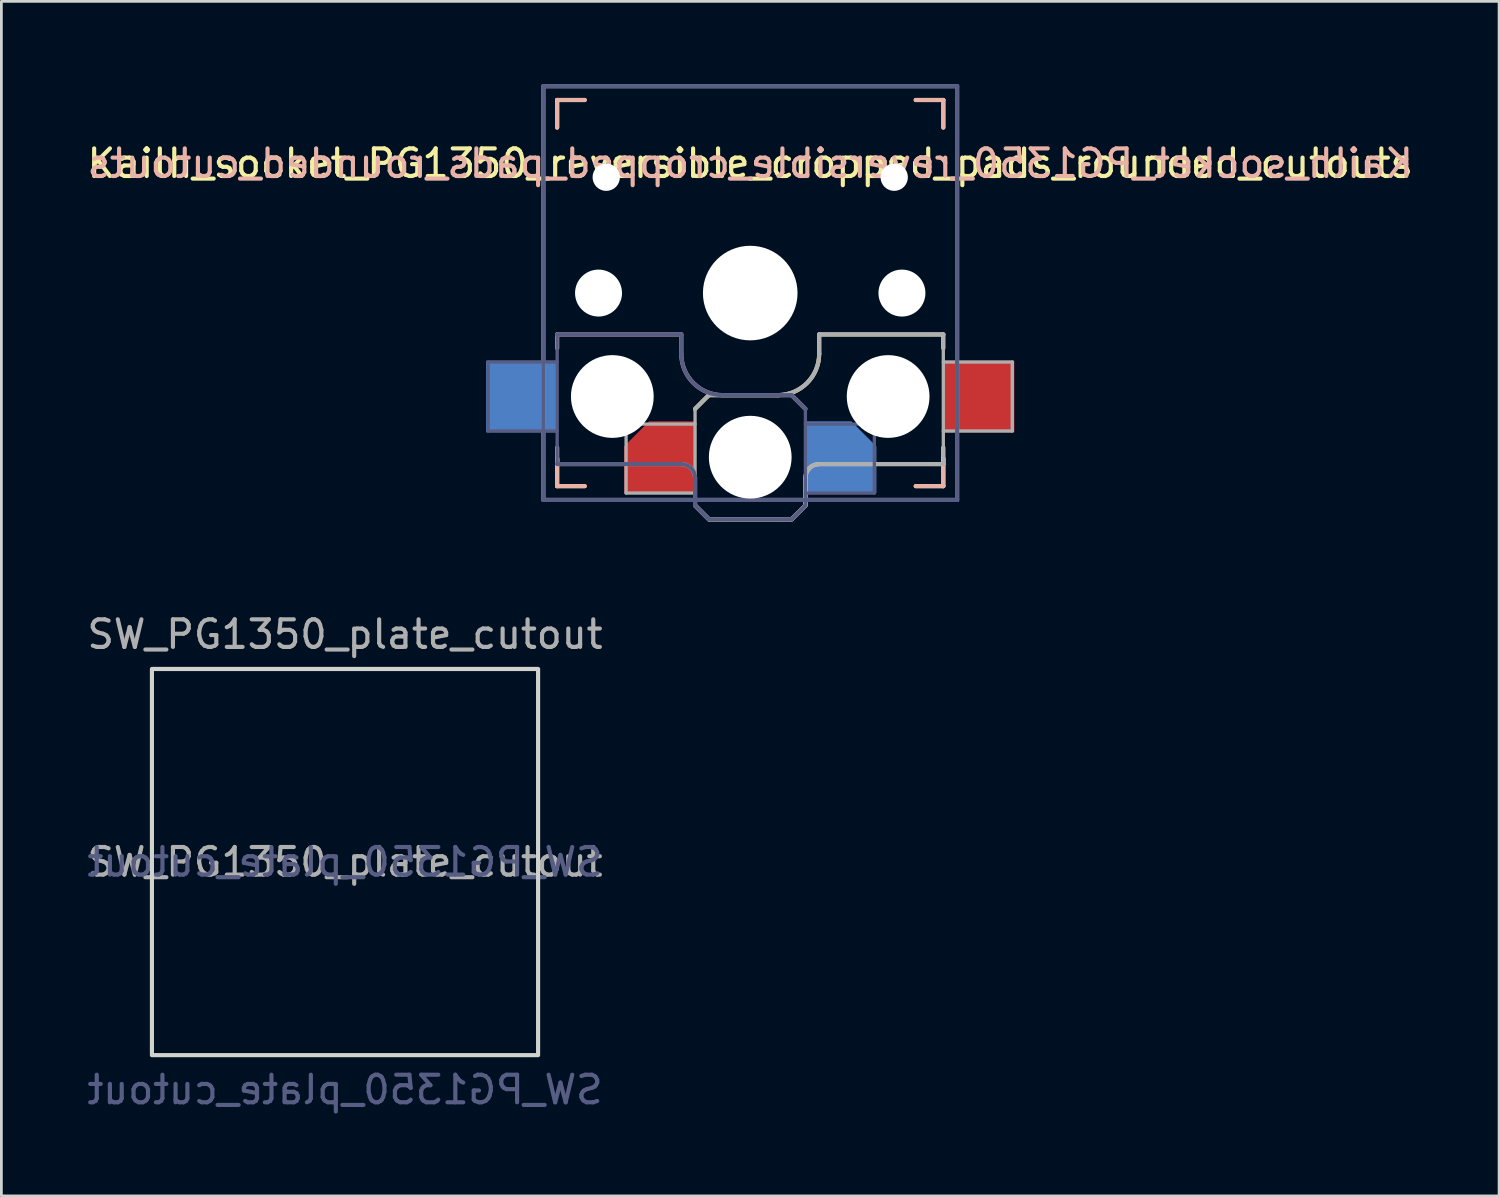
<source format=kicad_pcb>
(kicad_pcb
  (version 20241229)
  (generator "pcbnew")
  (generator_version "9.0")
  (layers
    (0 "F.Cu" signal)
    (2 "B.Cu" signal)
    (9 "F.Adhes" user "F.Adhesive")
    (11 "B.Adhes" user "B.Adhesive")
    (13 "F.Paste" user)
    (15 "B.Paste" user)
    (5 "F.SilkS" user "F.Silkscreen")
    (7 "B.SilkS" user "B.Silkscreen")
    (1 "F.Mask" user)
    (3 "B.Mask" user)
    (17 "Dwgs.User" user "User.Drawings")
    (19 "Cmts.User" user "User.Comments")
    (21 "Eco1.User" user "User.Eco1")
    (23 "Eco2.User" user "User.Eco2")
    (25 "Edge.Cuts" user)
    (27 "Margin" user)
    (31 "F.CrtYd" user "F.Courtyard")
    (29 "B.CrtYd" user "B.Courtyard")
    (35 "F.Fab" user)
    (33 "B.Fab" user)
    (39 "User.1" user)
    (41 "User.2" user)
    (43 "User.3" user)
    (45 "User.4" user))
  (footprint "Kailh_socket_PG1350_reversible_cropped_pads_rounded_cutouts"
    (layer "F.Cu")
    (at 24.149 7.575)
    (property "Reference" "Kailh_socket_PG1350_reversible_cropped_pads_rounded_cutouts" (at 0 -4.7 0) (layer "F.SilkS") (effects (font (size 1 1) (thickness 0.15))))
    (attr smd)
    (fp_line (start -7 -7) (end -6 -7) (stroke (width 0.15) (type solid)) (layer "F.SilkS"))
    (fp_line (start -7 -6) (end -7 -7) (stroke (width 0.15) (type solid)) (layer "F.SilkS"))
    (fp_line (start -7 7) (end -7 6) (stroke (width 0.15) (type solid)) (layer "F.SilkS"))
    (fp_line (start -6 7) (end -7 7) (stroke (width 0.15) (type solid)) (layer "F.SilkS"))
    (fp_line (start -2 4.2) (end -1.5 3.7) (stroke (width 0.15) (type solid)) (layer "F.SilkS"))
    (fp_line (start -2 7.7) (end -1.5 8.2) (stroke (width 0.15) (type solid)) (layer "F.SilkS"))
    (fp_line (start -1.5 3.7) (end 1 3.7) (stroke (width 0.15) (type solid)) (layer "F.SilkS"))
    (fp_line (start -1.5 8.2) (end 1.5 8.2) (stroke (width 0.15) (type solid)) (layer "F.SilkS"))
    (fp_line (start 1.5 8.2) (end 2 7.7) (stroke (width 0.15) (type solid)) (layer "F.SilkS"))
    (fp_line (start 2 6.7) (end 2 7.7) (stroke (width 0.15) (type solid)) (layer "F.SilkS"))
    (fp_line (start 2.5 1.5) (end 7 1.5) (stroke (width 0.15) (type solid)) (layer "F.SilkS"))
    (fp_line (start 2.5 2.2) (end 2.5 1.5) (stroke (width 0.15) (type solid)) (layer "F.SilkS"))
    (fp_line (start 6 -7) (end 7 -7) (stroke (width 0.15) (type solid)) (layer "F.SilkS"))
    (fp_line (start 7 -7) (end 7 -6) (stroke (width 0.15) (type solid)) (layer "F.SilkS"))
    (fp_line (start 7 1.5) (end 7 2) (stroke (width 0.15) (type solid)) (layer "F.SilkS"))
    (fp_line (start 7 5.6) (end 7 6.2) (stroke (width 0.15) (type solid)) (layer "F.SilkS"))
    (fp_line (start 7 6) (end 7 7) (stroke (width 0.15) (type solid)) (layer "F.SilkS"))
    (fp_line (start 7 6.2) (end 2.5 6.2) (stroke (width 0.15) (type solid)) (layer "F.SilkS"))
    (fp_line (start 7 7) (end 6 7) (stroke (width 0.15) (type solid)) (layer "F.SilkS"))
    (fp_arc (start 2 6.7) (mid 2.146447 6.346447) (end 2.5 6.2) (stroke (width 0.15) (type solid)) (layer "F.SilkS"))
    (fp_arc (start 2.5 2.2) (mid 2.06066 3.26066) (end 1 3.7) (stroke (width 0.15) (type solid)) (layer "F.SilkS"))
    (fp_line (start -7 -7) (end -6 -7) (stroke (width 0.15) (type solid)) (layer "B.SilkS"))
    (fp_line (start -7 -6) (end -7 -7) (stroke (width 0.15) (type solid)) (layer "B.SilkS"))
    (fp_line (start -7 1.5) (end -7 2) (stroke (width 0.15) (type solid)) (layer "B.SilkS"))
    (fp_line (start -7 5.6) (end -7 6.2) (stroke (width 0.15) (type solid)) (layer "B.SilkS"))
    (fp_line (start -7 6.2) (end -2.5 6.2) (stroke (width 0.15) (type solid)) (layer "B.SilkS"))
    (fp_line (start -7 7) (end -7 6) (stroke (width 0.15) (type solid)) (layer "B.SilkS"))
    (fp_line (start -6 7) (end -7 7) (stroke (width 0.15) (type solid)) (layer "B.SilkS"))
    (fp_line (start -2.5 1.5) (end -7 1.5) (stroke (width 0.15) (type solid)) (layer "B.SilkS"))
    (fp_line (start -2.5 2.2) (end -2.5 1.5) (stroke (width 0.15) (type solid)) (layer "B.SilkS"))
    (fp_line (start -2 6.7) (end -2 7.7) (stroke (width 0.15) (type solid)) (layer "B.SilkS"))
    (fp_line (start -1.5 8.2) (end -2 7.7) (stroke (width 0.15) (type solid)) (layer "B.SilkS"))
    (fp_line (start 1.5 3.7) (end -1 3.7) (stroke (width 0.15) (type solid)) (layer "B.SilkS"))
    (fp_line (start 1.5 8.2) (end -1.5 8.2) (stroke (width 0.15) (type solid)) (layer "B.SilkS"))
    (fp_line (start 2 4.2) (end 1.5 3.7) (stroke (width 0.15) (type solid)) (layer "B.SilkS"))
    (fp_line (start 2 7.7) (end 1.5 8.2) (stroke (width 0.15) (type solid)) (layer "B.SilkS"))
    (fp_line (start 6 -7) (end 7 -7) (stroke (width 0.15) (type solid)) (layer "B.SilkS"))
    (fp_line (start 7 -7) (end 7 -6) (stroke (width 0.15) (type solid)) (layer "B.SilkS"))
    (fp_line (start 7 6) (end 7 7) (stroke (width 0.15) (type solid)) (layer "B.SilkS"))
    (fp_line (start 7 7) (end 6 7) (stroke (width 0.15) (type solid)) (layer "B.SilkS"))
    (fp_arc (start -2.5 6.2) (mid -2.146447 6.346447) (end -2 6.7) (stroke (width 0.15) (type solid)) (layer "B.SilkS"))
    (fp_arc (start -1 3.7) (mid -2.06066 3.26066) (end -2.5 2.2) (stroke (width 0.15) (type solid)) (layer "B.SilkS"))
    (fp_line (start -6.9 6.9) (end -6.9 -6.9) (stroke (width 0.15) (type solid)) (layer "Eco2.User"))
    (fp_line (start -6.9 6.9) (end 6.9 6.9) (stroke (width 0.15) (type solid)) (layer "Eco2.User"))
    (fp_line (start -2.6 -3.1) (end -2.6 -6.3) (stroke (width 0.15) (type solid)) (layer "Eco2.User"))
    (fp_line (start -2.6 -3.1) (end 2.6 -3.1) (stroke (width 0.15) (type solid)) (layer "Eco2.User"))
    (fp_line (start 2.6 -6.3) (end -2.6 -6.3) (stroke (width 0.15) (type solid)) (layer "Eco2.User"))
    (fp_line (start 2.6 -3.1) (end 2.6 -6.3) (stroke (width 0.15) (type solid)) (layer "Eco2.User"))
    (fp_line (start 6.9 -6.9) (end -6.9 -6.9) (stroke (width 0.15) (type solid)) (layer "Eco2.User"))
    (fp_line (start 6.9 -6.9) (end 6.9 6.9) (stroke (width 0.15) (type solid)) (layer "Eco2.User"))
    (fp_line (start -9.5 2.5) (end -7 2.5) (stroke (width 0.12) (type solid)) (layer "B.Fab"))
    (fp_line (start -9.5 5) (end -9.5 2.5) (stroke (width 0.12) (type solid)) (layer "B.Fab"))
    (fp_line (start -7.5 -7.5) (end 7.5 -7.5) (stroke (width 0.15) (type solid)) (layer "B.Fab"))
    (fp_line (start -7.5 7.5) (end -7.5 -7.5) (stroke (width 0.15) (type solid)) (layer "B.Fab"))
    (fp_line (start -7 1.5) (end -7 6.2) (stroke (width 0.12) (type solid)) (layer "B.Fab"))
    (fp_line (start -7 5) (end -9.5 5) (stroke (width 0.12) (type solid)) (layer "B.Fab"))
    (fp_line (start -7 6.2) (end -2.5 6.2) (stroke (width 0.15) (type solid)) (layer "B.Fab"))
    (fp_line (start -2.5 1.5) (end -7 1.5) (stroke (width 0.15) (type solid)) (layer "B.Fab"))
    (fp_line (start -2.5 2.2) (end -2.5 1.5) (stroke (width 0.15) (type solid)) (layer "B.Fab"))
    (fp_line (start -2 6.7) (end -2 7.7) (stroke (width 0.15) (type solid)) (layer "B.Fab"))
    (fp_line (start -1.5 8.2) (end -2 7.7) (stroke (width 0.15) (type solid)) (layer "B.Fab"))
    (fp_line (start 1.5 3.7) (end -1 3.7) (stroke (width 0.15) (type solid)) (layer "B.Fab"))
    (fp_line (start 1.5 8.2) (end -1.5 8.2) (stroke (width 0.15) (type solid)) (layer "B.Fab"))
    (fp_line (start 2 4.2) (end 1.5 3.7) (stroke (width 0.15) (type solid)) (layer "B.Fab"))
    (fp_line (start 2 4.25) (end 2 7.7) (stroke (width 0.12) (type solid)) (layer "B.Fab"))
    (fp_line (start 2 4.75) (end 4.5 4.75) (stroke (width 0.12) (type solid)) (layer "B.Fab"))
    (fp_line (start 2 7.7) (end 1.5 8.2) (stroke (width 0.15) (type solid)) (layer "B.Fab"))
    (fp_line (start 4.5 4.75) (end 4.5 7.25) (stroke (width 0.12) (type solid)) (layer "B.Fab"))
    (fp_line (start 4.5 7.25) (end 2 7.25) (stroke (width 0.12) (type solid)) (layer "B.Fab"))
    (fp_line (start 7.5 -7.5) (end 7.5 7.5) (stroke (width 0.15) (type solid)) (layer "B.Fab"))
    (fp_line (start 7.5 7.5) (end -7.5 7.5) (stroke (width 0.15) (type solid)) (layer "B.Fab"))
    (fp_arc (start -2.5 6.2) (mid -2.146447 6.346447) (end -2 6.7) (stroke (width 0.15) (type solid)) (layer "B.Fab"))
    (fp_arc (start -1 3.7) (mid -2.06066 3.26066) (end -2.5 2.2) (stroke (width 0.15) (type solid)) (layer "B.Fab"))
    (fp_line (start -7.5 -7.5) (end 7.5 -7.5) (stroke (width 0.15) (type solid)) (layer "F.Fab"))
    (fp_line (start -7.5 7.5) (end -7.5 -7.5) (stroke (width 0.15) (type solid)) (layer "F.Fab"))
    (fp_line (start -4.5 4.75) (end -4.5 7.25) (stroke (width 0.12) (type solid)) (layer "F.Fab"))
    (fp_line (start -4.5 7.25) (end -2 7.25) (stroke (width 0.12) (type solid)) (layer "F.Fab"))
    (fp_line (start -2 4.2) (end -1.5 3.7) (stroke (width 0.15) (type solid)) (layer "F.Fab"))
    (fp_line (start -2 4.25) (end -2 7.7) (stroke (width 0.12) (type solid)) (layer "F.Fab"))
    (fp_line (start -2 4.75) (end -4.5 4.75) (stroke (width 0.12) (type solid)) (layer "F.Fab"))
    (fp_line (start -2 7.7) (end -1.5 8.2) (stroke (width 0.15) (type solid)) (layer "F.Fab"))
    (fp_line (start -1.5 3.7) (end 1 3.7) (stroke (width 0.15) (type solid)) (layer "F.Fab"))
    (fp_line (start -1.5 8.2) (end 1.5 8.2) (stroke (width 0.15) (type solid)) (layer "F.Fab"))
    (fp_line (start 1.5 8.2) (end 2 7.7) (stroke (width 0.15) (type solid)) (layer "F.Fab"))
    (fp_line (start 2 6.7) (end 2 7.7) (stroke (width 0.15) (type solid)) (layer "F.Fab"))
    (fp_line (start 2.5 1.5) (end 7 1.5) (stroke (width 0.15) (type solid)) (layer "F.Fab"))
    (fp_line (start 2.5 2.2) (end 2.5 1.5) (stroke (width 0.15) (type solid)) (layer "F.Fab"))
    (fp_line (start 7 1.5) (end 7 6.2) (stroke (width 0.12) (type solid)) (layer "F.Fab"))
    (fp_line (start 7 5) (end 9.5 5) (stroke (width 0.12) (type solid)) (layer "F.Fab"))
    (fp_line (start 7 6.2) (end 2.5 6.2) (stroke (width 0.15) (type solid)) (layer "F.Fab"))
    (fp_line (start 7.5 -7.5) (end 7.5 7.5) (stroke (width 0.15) (type solid)) (layer "F.Fab"))
    (fp_line (start 7.5 7.5) (end -7.5 7.5) (stroke (width 0.15) (type solid)) (layer "F.Fab"))
    (fp_line (start 9.5 2.5) (end 7 2.5) (stroke (width 0.12) (type solid)) (layer "F.Fab"))
    (fp_line (start 9.5 5) (end 9.5 2.5) (stroke (width 0.12) (type solid)) (layer "F.Fab"))
    (fp_arc (start 2 6.7) (mid 2.146447 6.346447) (end 2.5 6.2) (stroke (width 0.15) (type solid)) (layer "F.Fab"))
    (fp_arc (start 2.5 2.2) (mid 2.06066 3.26066) (end 1 3.7) (stroke (width 0.15) (type solid)) (layer "F.Fab"))
    (fp_line (start -9.55 2.35) (end -6.073 -0.744) (stroke (width 0.15) (type solid)) (layer "User.6"))
    (fp_line (start -9.55 5.05) (end -9.55 2.35) (stroke (width 0.15) (type solid)) (layer "User.6"))
    (fp_line (start -9.55 5.05) (end -7.45 6.6) (stroke (width 0.15) (type solid)) (layer "User.6"))
    (fp_line (start -7.45 6.6) (end -2.75 8.45) (stroke (width 0.15) (type solid)) (layer "User.6"))
    (fp_line (start -2.75 8.45) (end 2.55 8.45) (stroke (width 0.15) (type solid)) (layer "User.6"))
    (fp_line (start -0.165 -1.736) (end -5.615 -0.943) (stroke (width 0.15) (type solid)) (layer "User.6"))
    (fp_line (start 4.7 4.55) (end 1.483 -0.965) (stroke (width 0.15) (type solid)) (layer "User.6"))
    (fp_line (start 4.7 4.55) (end 4.7 7.25) (stroke (width 0.15) (type solid)) (layer "User.6"))
    (fp_line (start 4.7 7.25) (end 2.55 8.45) (stroke (width 0.15) (type solid)) (layer "User.6"))
    (fp_arc (start -6.072741 -0.744116) (mid -5.857861 -0.875765) (end -5.614894 -0.942636) (stroke (width 0.15) (type solid)) (layer "User.6"))
    (fp_arc (start -0.165274 -1.736315) (mid 0.77057 -1.589632) (end 1.482504 -0.964756) (stroke (width 0.15) (type solid)) (layer "User.6"))
    (fp_circle (center 5.5 0) (end 6.35 0) (stroke (width 0.1) (type solid)) (fill no) (layer "User.6"))
    (fp_line (start -4.6 4.55) (end -4.6 7.25) (stroke (width 0.15) (type solid)) (layer "User.7"))
    (fp_line (start -4.6 4.55) (end -1.383 -0.965) (stroke (width 0.15) (type solid)) (layer "User.7"))
    (fp_line (start -4.6 7.25) (end -2.45 8.45) (stroke (width 0.15) (type solid)) (layer "User.7"))
    (fp_line (start 0.265 -1.736) (end 5.715 -0.943) (stroke (width 0.15) (type solid)) (layer "User.7"))
    (fp_line (start 2.85 8.45) (end -2.45 8.45) (stroke (width 0.15) (type solid)) (layer "User.7"))
    (fp_line (start 7.55 6.6) (end 2.85 8.45) (stroke (width 0.15) (type solid)) (layer "User.7"))
    (fp_line (start 9.65 2.35) (end 6.173 -0.744) (stroke (width 0.15) (type solid)) (layer "User.7"))
    (fp_line (start 9.65 5.05) (end 7.55 6.6) (stroke (width 0.15) (type solid)) (layer "User.7"))
    (fp_line (start 9.65 5.05) (end 9.65 2.35) (stroke (width 0.15) (type solid)) (layer "User.7"))
    (fp_arc (start -1.382504 -0.964756) (mid -0.67057 -1.589632) (end 0.265274 -1.736315) (stroke (width 0.15) (type solid)) (layer "User.7"))
    (fp_arc (start 5.714894 -0.942636) (mid 5.957861 -0.875765) (end 6.172741 -0.744116) (stroke (width 0.15) (type solid)) (layer "User.7"))
    (fp_circle (center -5.5 0) (end -4.65 0) (stroke (width 0.1) (type solid)) (fill no) (layer "User.7"))
    (fp_text user "${REFERENCE}" (at 0 -4.7 0) (layer "B.SilkS") (effects (font (size 1 1) (thickness 0.15)) (justify mirror)))
    (pad "" np_thru_hole circle (at -5.5 0) (size 1.702 1.702) (drill 1.702) (layers "*.Cu" "*.Mask"))
    (pad "" np_thru_hole circle (at -5.22 -4.2) (size 0.991 0.991) (drill 0.991) (layers "*.Cu" "*.Mask"))
    (pad "" np_thru_hole circle (at -5 3.75) (size 3 3) (drill 3) (layers "*.Cu" "*.Mask"))
    (pad "" np_thru_hole circle (at 0 0) (size 3.429 3.429) (drill 3.429) (layers "*.Cu" "*.Mask"))
    (pad "" np_thru_hole circle (at 0 5.95) (size 3 3) (drill 3) (layers "*.Cu" "*.Mask"))
    (pad "" np_thru_hole circle (at 5 3.75) (size 3 3) (drill 3) (layers "*.Cu" "*.Mask"))
    (pad "" np_thru_hole circle (at 5.22 -4.2) (size 0.991 0.991) (drill 0.991) (layers "*.Cu" "*.Mask"))
    (pad "" np_thru_hole circle (at 5.5 0) (size 1.702 1.702) (drill 1.702) (layers "*.Cu" "*.Mask"))
    (pad "1" smd roundrect (at -3.275 5.95) (size 2.6 2.6) (layers "F.Cu" "F.Mask" "F.Paste") (roundrect_rratio 0) (chamfer_ratio 0.35) (chamfer top_left))
    (pad "1" smd roundrect (at 3.275 5.95) (size 2.6 2.6) (layers "B.Cu" "B.Mask" "B.Paste") (roundrect_rratio 0) (chamfer_ratio 0.35) (chamfer top_right))
    (pad "2" smd rect (at -8.275 3.75) (size 2.6 2.6) (layers "B.Cu" "B.Mask" "B.Paste"))
    (pad "2" smd rect (at 8.275 3.75) (size 2.6 2.6) (layers "F.Cu" "F.Mask" "F.Paste")))
  (footprint "SW_PG1350_plate_cutout"
    (layer "F.Cu")
    (at 9.458 28.203)
    (property "Reference" "SW_PG1350_plate_cutout" (at 0 -8.255 0) (layer "F.Fab") (effects (font (size 1 1) (thickness 0.15))))
    (property "Value" "SW_PG1350_plate_cutout" (at 0 8.255 0) (layer "F.Fab") (hide yes) (effects (font (size 1 1) (thickness 0.15))))
    (attr through_hole)
    (fp_rect (start -7 -7) (end 7 7) (stroke (width 0.15) (type solid)) (fill no) (layer "Edge.Cuts"))
    (fp_text user "${VALUE}" (at 0 8.255 0) (layer "B.Fab") (effects (font (size 1 1) (thickness 0.15)) (justify mirror)))
    (fp_text user "${REFERENCE}" (at 0 0 0) (layer "B.Fab") (effects (font (size 1 1) (thickness 0.15)) (justify mirror)))
    (fp_text user "${REFERENCE}" (at 0 0 0) (layer "F.Fab") (effects (font (size 1 1) (thickness 0.15)))))
  (gr_rect
    (start -3 -3)
    (end 51.298 40.306)
    (stroke (width 0.1) (type default))
    (fill no)
    (layer "Edge.Cuts")))
</source>
